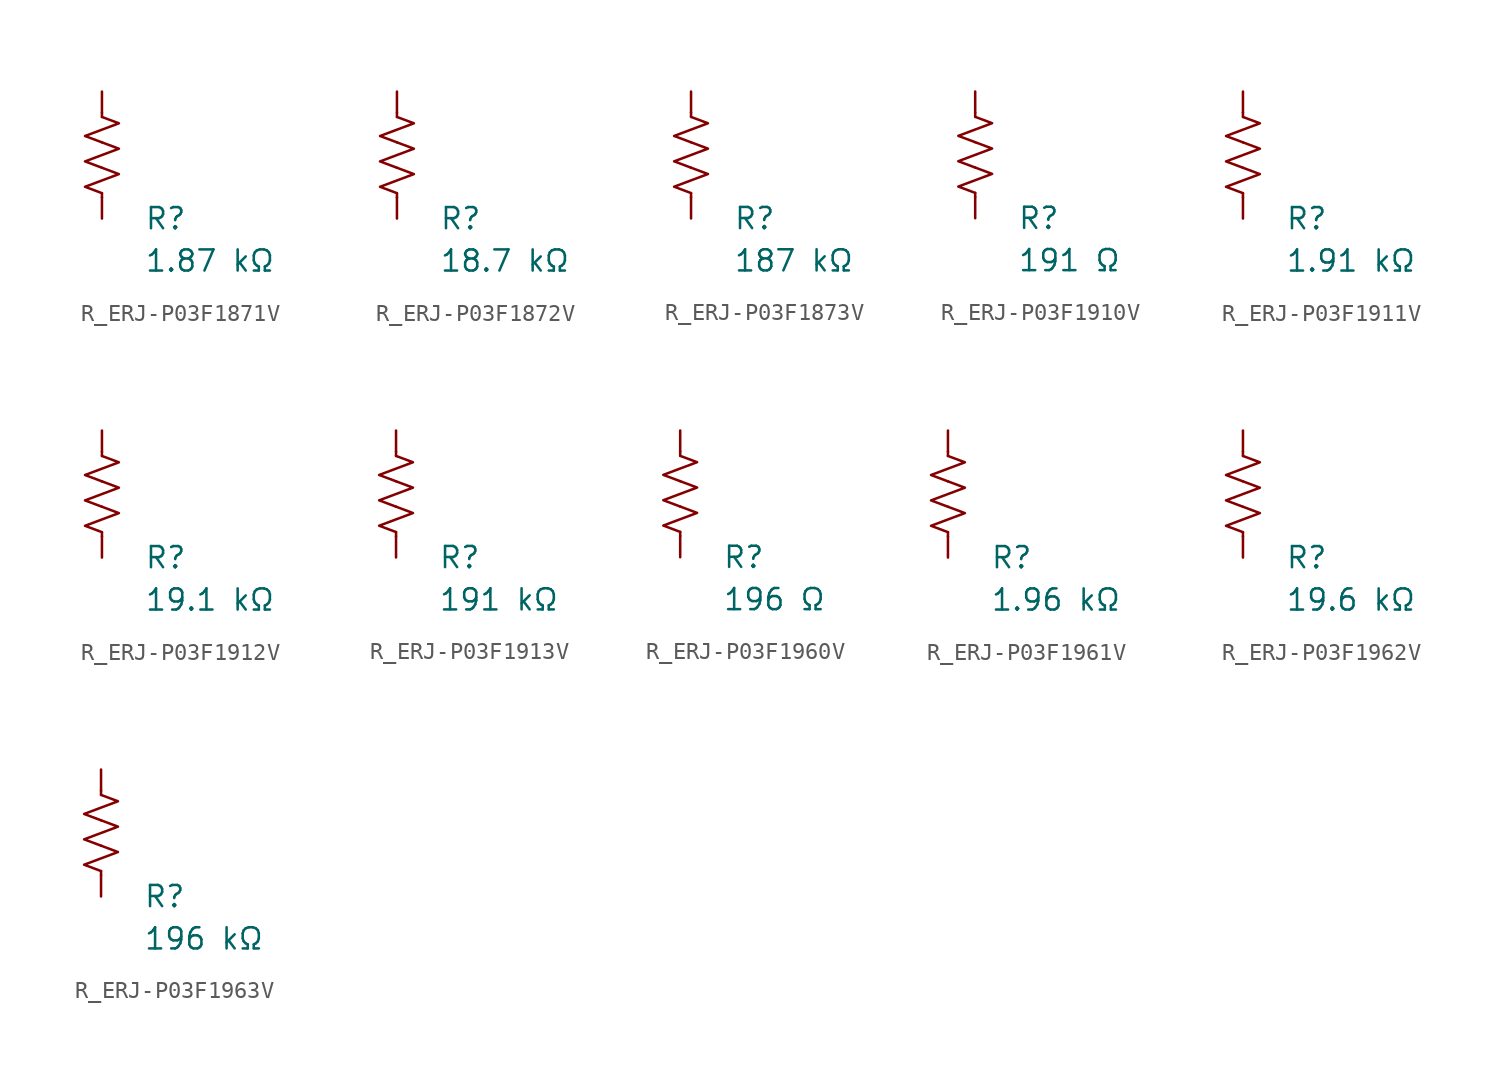
<source format=kicad_sym>
(kicad_symbol_lib
  (version 20231120)
  (generator "kicad_symbol_editor")
  (generator_version "8.0")
  (symbol "R_ERJ-P03F1871V"
    (pin_numbers hide)
    (pin_names
      (offset 0))
    (property "Reference" "R"
      (at 2.54 -3.81 0)
      (effects (font (size 1.27 1.27)) (justify left))
      (show_name no))
    (property "Value" "1.87 kΩ"
      (at 2.54 -6.35 0)
      (effects (font (size 1.27 1.27)) (justify left))
      (show_name no))
    (symbol "R_ERJ-P03F1871V_0_1"
      (polyline (pts (xy 0 -2.286) (xy 0 -2.54)) (stroke (width 0) (type default)) (fill (type none)))
      (polyline (pts (xy 0 2.286) (xy 0 2.54)) (stroke (width 0) (type default)) (fill (type none)))
      (polyline (pts (xy 0 -0.762) (xy 1.016 -1.143) (xy 0 -1.524) (xy -1.016 -1.905) (xy 0 -2.286)) (stroke (width 0) (type default)) (fill (type none)))
      (polyline (pts (xy 0 0.762) (xy 1.016 0.381) (xy 0 0) (xy -1.016 -0.381) (xy 0 -0.762)) (stroke (width 0) (type default)) (fill (type none)))
      (polyline (pts (xy 0 2.286) (xy 1.016 1.905) (xy 0 1.524) (xy -1.016 1.143) (xy 0 0.762)) (stroke (width 0) (type default)) (fill (type none))))
    (symbol "R_ERJ-P03F1871V_1_1"
      (pin passive line (at 0 3.81 270) (length 1.27) (name "~" (effects (font (size 1.27 1.27)))) (number "1" (effects (font (size 1.27 1.27)))))
      (pin passive line (at 0 -3.81 90) (length 1.27) (name "~" (effects (font (size 1.27 1.27)))) (number "2" (effects (font (size 1.27 1.27)))))))
  (symbol "R_ERJ-P03F1872V"
    (pin_numbers hide)
    (pin_names
      (offset 0))
    (property "Reference" "R"
      (at 2.54 -3.81 0)
      (effects (font (size 1.27 1.27)) (justify left))
      (show_name no))
    (property "Value" "18.7 kΩ"
      (at 2.54 -6.35 0)
      (effects (font (size 1.27 1.27)) (justify left))
      (show_name no))
    (symbol "R_ERJ-P03F1872V_0_1"
      (polyline (pts (xy 0 -2.286) (xy 0 -2.54)) (stroke (width 0) (type default)) (fill (type none)))
      (polyline (pts (xy 0 2.286) (xy 0 2.54)) (stroke (width 0) (type default)) (fill (type none)))
      (polyline (pts (xy 0 -0.762) (xy 1.016 -1.143) (xy 0 -1.524) (xy -1.016 -1.905) (xy 0 -2.286)) (stroke (width 0) (type default)) (fill (type none)))
      (polyline (pts (xy 0 0.762) (xy 1.016 0.381) (xy 0 0) (xy -1.016 -0.381) (xy 0 -0.762)) (stroke (width 0) (type default)) (fill (type none)))
      (polyline (pts (xy 0 2.286) (xy 1.016 1.905) (xy 0 1.524) (xy -1.016 1.143) (xy 0 0.762)) (stroke (width 0) (type default)) (fill (type none))))
    (symbol "R_ERJ-P03F1872V_1_1"
      (pin passive line (at 0 3.81 270) (length 1.27) (name "~" (effects (font (size 1.27 1.27)))) (number "1" (effects (font (size 1.27 1.27)))))
      (pin passive line (at 0 -3.81 90) (length 1.27) (name "~" (effects (font (size 1.27 1.27)))) (number "2" (effects (font (size 1.27 1.27)))))))
  (symbol "R_ERJ-P03F1873V"
    (pin_numbers hide)
    (pin_names
      (offset 0))
    (property "Reference" "R"
      (at 2.54 -3.81 0)
      (effects (font (size 1.27 1.27)) (justify left))
      (show_name no))
    (property "Value" "187 kΩ"
      (at 2.54 -6.35 0)
      (effects (font (size 1.27 1.27)) (justify left))
      (show_name no))
    (symbol "R_ERJ-P03F1873V_0_1"
      (polyline (pts (xy 0 -2.286) (xy 0 -2.54)) (stroke (width 0) (type default)) (fill (type none)))
      (polyline (pts (xy 0 2.286) (xy 0 2.54)) (stroke (width 0) (type default)) (fill (type none)))
      (polyline (pts (xy 0 -0.762) (xy 1.016 -1.143) (xy 0 -1.524) (xy -1.016 -1.905) (xy 0 -2.286)) (stroke (width 0) (type default)) (fill (type none)))
      (polyline (pts (xy 0 0.762) (xy 1.016 0.381) (xy 0 0) (xy -1.016 -0.381) (xy 0 -0.762)) (stroke (width 0) (type default)) (fill (type none)))
      (polyline (pts (xy 0 2.286) (xy 1.016 1.905) (xy 0 1.524) (xy -1.016 1.143) (xy 0 0.762)) (stroke (width 0) (type default)) (fill (type none))))
    (symbol "R_ERJ-P03F1873V_1_1"
      (pin passive line (at 0 3.81 270) (length 1.27) (name "~" (effects (font (size 1.27 1.27)))) (number "1" (effects (font (size 1.27 1.27)))))
      (pin passive line (at 0 -3.81 90) (length 1.27) (name "~" (effects (font (size 1.27 1.27)))) (number "2" (effects (font (size 1.27 1.27)))))))
  (symbol "R_ERJ-P03F1910V"
    (pin_numbers hide)
    (pin_names
      (offset 0))
    (property "Reference" "R"
      (at 2.54 -3.81 0)
      (effects (font (size 1.27 1.27)) (justify left))
      (show_name no))
    (property "Value" "191 Ω"
      (at 2.54 -6.35 0)
      (effects (font (size 1.27 1.27)) (justify left))
      (show_name no))
    (symbol "R_ERJ-P03F1910V_0_1"
      (polyline (pts (xy 0 -2.286) (xy 0 -2.54)) (stroke (width 0) (type default)) (fill (type none)))
      (polyline (pts (xy 0 2.286) (xy 0 2.54)) (stroke (width 0) (type default)) (fill (type none)))
      (polyline (pts (xy 0 -0.762) (xy 1.016 -1.143) (xy 0 -1.524) (xy -1.016 -1.905) (xy 0 -2.286)) (stroke (width 0) (type default)) (fill (type none)))
      (polyline (pts (xy 0 0.762) (xy 1.016 0.381) (xy 0 0) (xy -1.016 -0.381) (xy 0 -0.762)) (stroke (width 0) (type default)) (fill (type none)))
      (polyline (pts (xy 0 2.286) (xy 1.016 1.905) (xy 0 1.524) (xy -1.016 1.143) (xy 0 0.762)) (stroke (width 0) (type default)) (fill (type none))))
    (symbol "R_ERJ-P03F1910V_1_1"
      (pin passive line (at 0 3.81 270) (length 1.27) (name "~" (effects (font (size 1.27 1.27)))) (number "1" (effects (font (size 1.27 1.27)))))
      (pin passive line (at 0 -3.81 90) (length 1.27) (name "~" (effects (font (size 1.27 1.27)))) (number "2" (effects (font (size 1.27 1.27)))))))
  (symbol "R_ERJ-P03F1911V"
    (pin_numbers hide)
    (pin_names
      (offset 0))
    (property "Reference" "R"
      (at 2.54 -3.81 0)
      (effects (font (size 1.27 1.27)) (justify left))
      (show_name no))
    (property "Value" "1.91 kΩ"
      (at 2.54 -6.35 0)
      (effects (font (size 1.27 1.27)) (justify left))
      (show_name no))
    (symbol "R_ERJ-P03F1911V_0_1"
      (polyline (pts (xy 0 -2.286) (xy 0 -2.54)) (stroke (width 0) (type default)) (fill (type none)))
      (polyline (pts (xy 0 2.286) (xy 0 2.54)) (stroke (width 0) (type default)) (fill (type none)))
      (polyline (pts (xy 0 -0.762) (xy 1.016 -1.143) (xy 0 -1.524) (xy -1.016 -1.905) (xy 0 -2.286)) (stroke (width 0) (type default)) (fill (type none)))
      (polyline (pts (xy 0 0.762) (xy 1.016 0.381) (xy 0 0) (xy -1.016 -0.381) (xy 0 -0.762)) (stroke (width 0) (type default)) (fill (type none)))
      (polyline (pts (xy 0 2.286) (xy 1.016 1.905) (xy 0 1.524) (xy -1.016 1.143) (xy 0 0.762)) (stroke (width 0) (type default)) (fill (type none))))
    (symbol "R_ERJ-P03F1911V_1_1"
      (pin passive line (at 0 3.81 270) (length 1.27) (name "~" (effects (font (size 1.27 1.27)))) (number "1" (effects (font (size 1.27 1.27)))))
      (pin passive line (at 0 -3.81 90) (length 1.27) (name "~" (effects (font (size 1.27 1.27)))) (number "2" (effects (font (size 1.27 1.27)))))))
  (symbol "R_ERJ-P03F1912V"
    (pin_numbers hide)
    (pin_names
      (offset 0))
    (property "Reference" "R"
      (at 2.54 -3.81 0)
      (effects (font (size 1.27 1.27)) (justify left))
      (show_name no))
    (property "Value" "19.1 kΩ"
      (at 2.54 -6.35 0)
      (effects (font (size 1.27 1.27)) (justify left))
      (show_name no))
    (symbol "R_ERJ-P03F1912V_0_1"
      (polyline (pts (xy 0 -2.286) (xy 0 -2.54)) (stroke (width 0) (type default)) (fill (type none)))
      (polyline (pts (xy 0 2.286) (xy 0 2.54)) (stroke (width 0) (type default)) (fill (type none)))
      (polyline (pts (xy 0 -0.762) (xy 1.016 -1.143) (xy 0 -1.524) (xy -1.016 -1.905) (xy 0 -2.286)) (stroke (width 0) (type default)) (fill (type none)))
      (polyline (pts (xy 0 0.762) (xy 1.016 0.381) (xy 0 0) (xy -1.016 -0.381) (xy 0 -0.762)) (stroke (width 0) (type default)) (fill (type none)))
      (polyline (pts (xy 0 2.286) (xy 1.016 1.905) (xy 0 1.524) (xy -1.016 1.143) (xy 0 0.762)) (stroke (width 0) (type default)) (fill (type none))))
    (symbol "R_ERJ-P03F1912V_1_1"
      (pin passive line (at 0 3.81 270) (length 1.27) (name "~" (effects (font (size 1.27 1.27)))) (number "1" (effects (font (size 1.27 1.27)))))
      (pin passive line (at 0 -3.81 90) (length 1.27) (name "~" (effects (font (size 1.27 1.27)))) (number "2" (effects (font (size 1.27 1.27)))))))
  (symbol "R_ERJ-P03F1913V"
    (pin_numbers hide)
    (pin_names
      (offset 0))
    (property "Reference" "R"
      (at 2.54 -3.81 0)
      (effects (font (size 1.27 1.27)) (justify left))
      (show_name no))
    (property "Value" "191 kΩ"
      (at 2.54 -6.35 0)
      (effects (font (size 1.27 1.27)) (justify left))
      (show_name no))
    (symbol "R_ERJ-P03F1913V_0_1"
      (polyline (pts (xy 0 -2.286) (xy 0 -2.54)) (stroke (width 0) (type default)) (fill (type none)))
      (polyline (pts (xy 0 2.286) (xy 0 2.54)) (stroke (width 0) (type default)) (fill (type none)))
      (polyline (pts (xy 0 -0.762) (xy 1.016 -1.143) (xy 0 -1.524) (xy -1.016 -1.905) (xy 0 -2.286)) (stroke (width 0) (type default)) (fill (type none)))
      (polyline (pts (xy 0 0.762) (xy 1.016 0.381) (xy 0 0) (xy -1.016 -0.381) (xy 0 -0.762)) (stroke (width 0) (type default)) (fill (type none)))
      (polyline (pts (xy 0 2.286) (xy 1.016 1.905) (xy 0 1.524) (xy -1.016 1.143) (xy 0 0.762)) (stroke (width 0) (type default)) (fill (type none))))
    (symbol "R_ERJ-P03F1913V_1_1"
      (pin passive line (at 0 3.81 270) (length 1.27) (name "~" (effects (font (size 1.27 1.27)))) (number "1" (effects (font (size 1.27 1.27)))))
      (pin passive line (at 0 -3.81 90) (length 1.27) (name "~" (effects (font (size 1.27 1.27)))) (number "2" (effects (font (size 1.27 1.27)))))))
  (symbol "R_ERJ-P03F1960V"
    (pin_numbers hide)
    (pin_names
      (offset 0))
    (property "Reference" "R"
      (at 2.54 -3.81 0)
      (effects (font (size 1.27 1.27)) (justify left))
      (show_name no))
    (property "Value" "196 Ω"
      (at 2.54 -6.35 0)
      (effects (font (size 1.27 1.27)) (justify left))
      (show_name no))
    (symbol "R_ERJ-P03F1960V_0_1"
      (polyline (pts (xy 0 -2.286) (xy 0 -2.54)) (stroke (width 0) (type default)) (fill (type none)))
      (polyline (pts (xy 0 2.286) (xy 0 2.54)) (stroke (width 0) (type default)) (fill (type none)))
      (polyline (pts (xy 0 -0.762) (xy 1.016 -1.143) (xy 0 -1.524) (xy -1.016 -1.905) (xy 0 -2.286)) (stroke (width 0) (type default)) (fill (type none)))
      (polyline (pts (xy 0 0.762) (xy 1.016 0.381) (xy 0 0) (xy -1.016 -0.381) (xy 0 -0.762)) (stroke (width 0) (type default)) (fill (type none)))
      (polyline (pts (xy 0 2.286) (xy 1.016 1.905) (xy 0 1.524) (xy -1.016 1.143) (xy 0 0.762)) (stroke (width 0) (type default)) (fill (type none))))
    (symbol "R_ERJ-P03F1960V_1_1"
      (pin passive line (at 0 3.81 270) (length 1.27) (name "~" (effects (font (size 1.27 1.27)))) (number "1" (effects (font (size 1.27 1.27)))))
      (pin passive line (at 0 -3.81 90) (length 1.27) (name "~" (effects (font (size 1.27 1.27)))) (number "2" (effects (font (size 1.27 1.27)))))))
  (symbol "R_ERJ-P03F1961V"
    (pin_numbers hide)
    (pin_names
      (offset 0))
    (property "Reference" "R"
      (at 2.54 -3.81 0)
      (effects (font (size 1.27 1.27)) (justify left))
      (show_name no))
    (property "Value" "1.96 kΩ"
      (at 2.54 -6.35 0)
      (effects (font (size 1.27 1.27)) (justify left))
      (show_name no))
    (symbol "R_ERJ-P03F1961V_0_1"
      (polyline (pts (xy 0 -2.286) (xy 0 -2.54)) (stroke (width 0) (type default)) (fill (type none)))
      (polyline (pts (xy 0 2.286) (xy 0 2.54)) (stroke (width 0) (type default)) (fill (type none)))
      (polyline (pts (xy 0 -0.762) (xy 1.016 -1.143) (xy 0 -1.524) (xy -1.016 -1.905) (xy 0 -2.286)) (stroke (width 0) (type default)) (fill (type none)))
      (polyline (pts (xy 0 0.762) (xy 1.016 0.381) (xy 0 0) (xy -1.016 -0.381) (xy 0 -0.762)) (stroke (width 0) (type default)) (fill (type none)))
      (polyline (pts (xy 0 2.286) (xy 1.016 1.905) (xy 0 1.524) (xy -1.016 1.143) (xy 0 0.762)) (stroke (width 0) (type default)) (fill (type none))))
    (symbol "R_ERJ-P03F1961V_1_1"
      (pin passive line (at 0 3.81 270) (length 1.27) (name "~" (effects (font (size 1.27 1.27)))) (number "1" (effects (font (size 1.27 1.27)))))
      (pin passive line (at 0 -3.81 90) (length 1.27) (name "~" (effects (font (size 1.27 1.27)))) (number "2" (effects (font (size 1.27 1.27)))))))
  (symbol "R_ERJ-P03F1962V"
    (pin_numbers hide)
    (pin_names
      (offset 0))
    (property "Reference" "R"
      (at 2.54 -3.81 0)
      (effects (font (size 1.27 1.27)) (justify left))
      (show_name no))
    (property "Value" "19.6 kΩ"
      (at 2.54 -6.35 0)
      (effects (font (size 1.27 1.27)) (justify left))
      (show_name no))
    (symbol "R_ERJ-P03F1962V_0_1"
      (polyline (pts (xy 0 -2.286) (xy 0 -2.54)) (stroke (width 0) (type default)) (fill (type none)))
      (polyline (pts (xy 0 2.286) (xy 0 2.54)) (stroke (width 0) (type default)) (fill (type none)))
      (polyline (pts (xy 0 -0.762) (xy 1.016 -1.143) (xy 0 -1.524) (xy -1.016 -1.905) (xy 0 -2.286)) (stroke (width 0) (type default)) (fill (type none)))
      (polyline (pts (xy 0 0.762) (xy 1.016 0.381) (xy 0 0) (xy -1.016 -0.381) (xy 0 -0.762)) (stroke (width 0) (type default)) (fill (type none)))
      (polyline (pts (xy 0 2.286) (xy 1.016 1.905) (xy 0 1.524) (xy -1.016 1.143) (xy 0 0.762)) (stroke (width 0) (type default)) (fill (type none))))
    (symbol "R_ERJ-P03F1962V_1_1"
      (pin passive line (at 0 3.81 270) (length 1.27) (name "~" (effects (font (size 1.27 1.27)))) (number "1" (effects (font (size 1.27 1.27)))))
      (pin passive line (at 0 -3.81 90) (length 1.27) (name "~" (effects (font (size 1.27 1.27)))) (number "2" (effects (font (size 1.27 1.27)))))))
  (symbol "R_ERJ-P03F1963V"
    (pin_numbers hide)
    (pin_names
      (offset 0))
    (property "Reference" "R"
      (at 2.54 -3.81 0)
      (effects (font (size 1.27 1.27)) (justify left))
      (show_name no))
    (property "Value" "196 kΩ"
      (at 2.54 -6.35 0)
      (effects (font (size 1.27 1.27)) (justify left))
      (show_name no))
    (symbol "R_ERJ-P03F1963V_0_1"
      (polyline (pts (xy 0 -2.286) (xy 0 -2.54)) (stroke (width 0) (type default)) (fill (type none)))
      (polyline (pts (xy 0 2.286) (xy 0 2.54)) (stroke (width 0) (type default)) (fill (type none)))
      (polyline (pts (xy 0 -0.762) (xy 1.016 -1.143) (xy 0 -1.524) (xy -1.016 -1.905) (xy 0 -2.286)) (stroke (width 0) (type default)) (fill (type none)))
      (polyline (pts (xy 0 0.762) (xy 1.016 0.381) (xy 0 0) (xy -1.016 -0.381) (xy 0 -0.762)) (stroke (width 0) (type default)) (fill (type none)))
      (polyline (pts (xy 0 2.286) (xy 1.016 1.905) (xy 0 1.524) (xy -1.016 1.143) (xy 0 0.762)) (stroke (width 0) (type default)) (fill (type none))))
    (symbol "R_ERJ-P03F1963V_1_1"
      (pin passive line (at 0 3.81 270) (length 1.27) (name "~" (effects (font (size 1.27 1.27)))) (number "1" (effects (font (size 1.27 1.27)))))
      (pin passive line (at 0 -3.81 90) (length 1.27) (name "~" (effects (font (size 1.27 1.27)))) (number "2" (effects (font (size 1.27 1.27))))))))
</source>
